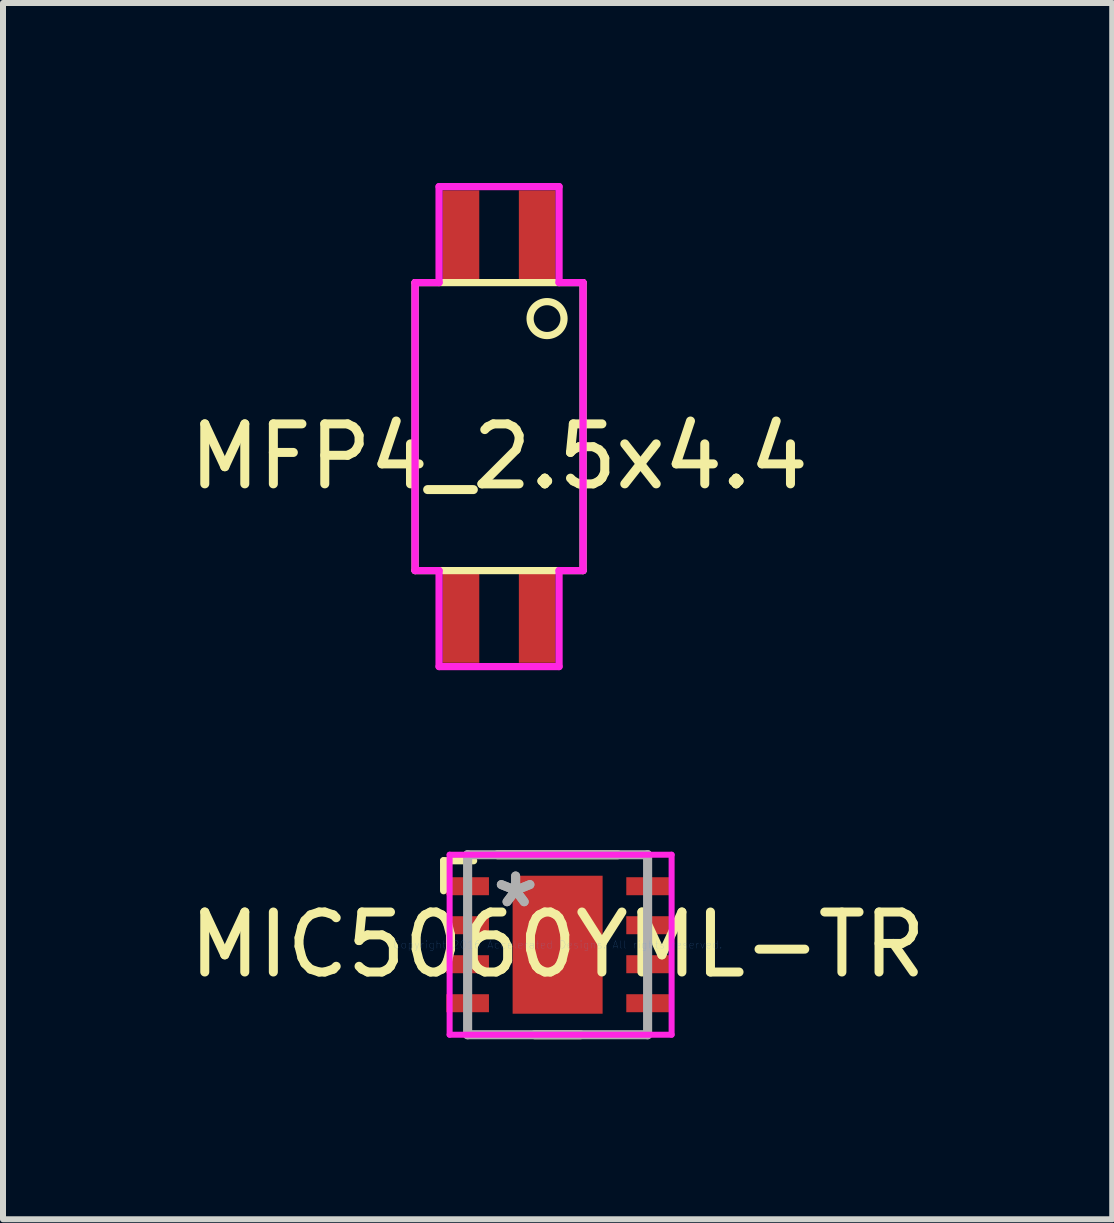
<source format=kicad_pcb>
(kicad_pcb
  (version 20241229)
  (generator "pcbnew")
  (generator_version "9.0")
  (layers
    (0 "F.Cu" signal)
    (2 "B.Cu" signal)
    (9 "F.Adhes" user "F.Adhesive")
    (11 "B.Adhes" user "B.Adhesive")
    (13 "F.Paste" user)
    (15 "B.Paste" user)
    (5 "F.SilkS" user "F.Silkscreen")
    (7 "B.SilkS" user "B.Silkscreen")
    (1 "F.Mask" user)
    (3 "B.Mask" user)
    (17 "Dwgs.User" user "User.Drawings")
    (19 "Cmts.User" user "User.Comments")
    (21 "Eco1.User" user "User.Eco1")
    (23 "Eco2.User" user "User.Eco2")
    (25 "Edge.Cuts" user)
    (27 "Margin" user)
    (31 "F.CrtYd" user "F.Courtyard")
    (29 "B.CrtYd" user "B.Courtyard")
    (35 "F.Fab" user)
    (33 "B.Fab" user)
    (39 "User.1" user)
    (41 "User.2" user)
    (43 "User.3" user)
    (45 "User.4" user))
  (footprint "MIC5060YML-TR"
    (layer "F.Cu")
    (at 6.244 12.696)
    (property "Reference" "MIC5060YML-TR" (at 0 0 0) (layer "F.SilkS") (effects (font (size 1 1) (thickness 0.15))))
    (attr through_hole)
    (fp_line (start -1.9 -1.4) (end -1.4 -1.4) (stroke (width 0.12) (type solid)) (layer "F.SilkS"))
    (fp_line (start -1.9 -0.9) (end -1.9 -1.4) (stroke (width 0.12) (type solid)) (layer "F.SilkS"))
    (fp_line (start -0.381 1.5) (end 0.381 1.5) (stroke (width 0.152) (type solid)) (layer "F.SilkS"))
    (fp_line (start 1 -1.5) (end -1 -1.5) (stroke (width 0.152) (type solid)) (layer "F.SilkS"))
    (fp_line (start -1.8 1.5) (end -1.8 -1.5) (stroke (width 0.1) (type solid)) (layer "F.CrtYd"))
    (fp_line (start 1.9 -1.5) (end -1.8 -1.5) (stroke (width 0.1) (type solid)) (layer "F.CrtYd"))
    (fp_line (start 1.9 -1.5) (end 1.9 1.5) (stroke (width 0.1) (type solid)) (layer "F.CrtYd"))
    (fp_line (start 1.9 1.5) (end -1.8 1.5) (stroke (width 0.1) (type solid)) (layer "F.CrtYd"))
    (fp_line (start -1.5 -1.5) (end -1.5 1.5) (stroke (width 0.152) (type solid)) (layer "F.Fab"))
    (fp_line (start -1.5 1.5) (end 1.5 1.5) (stroke (width 0.152) (type solid)) (layer "F.Fab"))
    (fp_line (start 1.5 -1.5) (end -1.5 -1.5) (stroke (width 0.152) (type solid)) (layer "F.Fab"))
    (fp_line (start 1.5 1.5) (end 1.5 -1.5) (stroke (width 0.152) (type solid)) (layer "F.Fab"))
    (fp_text user "Copyright 2016 Accelerated Designs. All rights reserved." (at 0 0 0) (layer "Cmts.User") (effects (font (size 0.127 0.127) (thickness 0.002))))
    (fp_text user "*" (at -0.7 -0.6 0) (layer "F.Fab") (effects (font (size 1 1) (thickness 0.15))))
    (fp_text user "*" (at -0.7 -0.6 0) (layer "F.Fab") (effects (font (size 1 1) (thickness 0.15))))
    (pad "1" smd rect (at -1.5 -0.975 90) (size 0.3 0.711) (layers "F.Cu" "F.Mask" "F.Paste"))
    (pad "2" smd rect (at -1.5 -0.325 90) (size 0.3 0.711) (layers "F.Cu" "F.Mask" "F.Paste"))
    (pad "3" smd rect (at -1.5 0.325 90) (size 0.3 0.711) (layers "F.Cu" "F.Mask" "F.Paste"))
    (pad "4" smd rect (at -1.5 0.975 90) (size 0.3 0.711) (layers "F.Cu" "F.Mask" "F.Paste"))
    (pad "5" smd rect (at 1.5 0.975 90) (size 0.3 0.711) (layers "F.Cu" "F.Mask" "F.Paste"))
    (pad "6" smd rect (at 1.5 0.325 90) (size 0.3 0.711) (layers "F.Cu" "F.Mask" "F.Paste"))
    (pad "7" smd rect (at 1.5 -0.325 90) (size 0.3 0.711) (layers "F.Cu" "F.Mask" "F.Paste"))
    (pad "8" smd rect (at 1.5 -0.975 90) (size 0.3 0.711) (layers "F.Cu" "F.Mask" "F.Paste"))
    (pad "9" smd rect (at 0 0) (size 1.5 2.3) (layers "F.Cu" "F.Mask" "F.Paste")))
  (footprint "MFP4_2.5x4.4"
    (layer "F.Cu")
    (at 5.268 4.06)
    (property "Reference" "MFP4_2.5x4.4" (at 0 0.5 0) (layer "F.SilkS") (effects (font (size 1 1) (thickness 0.15))))
    (attr through_hole)
    (fp_line (start -1.4 -2.4) (end 1.4 -2.4) (stroke (width 0.12) (type solid)) (layer "F.SilkS"))
    (fp_line (start -1.4 2.4) (end -1.4 -2.4) (stroke (width 0.12) (type solid)) (layer "F.SilkS"))
    (fp_line (start 1.4 -2.4) (end 1.4 2.4) (stroke (width 0.12) (type solid)) (layer "F.SilkS"))
    (fp_line (start 1.4 2.4) (end -1.4 2.4) (stroke (width 0.12) (type solid)) (layer "F.SilkS"))
    (fp_circle (center 0.8 -1.8) (end 1 -1.6) (stroke (width 0.12) (type solid)) (fill no) (layer "F.SilkS"))
    (fp_line (start -1.4 -2.4) (end -1 -2.4) (stroke (width 0.12) (type solid)) (layer "F.CrtYd"))
    (fp_line (start -1.4 2.4) (end -1.4 -2.4) (stroke (width 0.12) (type solid)) (layer "F.CrtYd"))
    (fp_line (start -1 -4) (end 1 -4) (stroke (width 0.12) (type solid)) (layer "F.CrtYd"))
    (fp_line (start -1 -2.4) (end -1 -4) (stroke (width 0.12) (type solid)) (layer "F.CrtYd"))
    (fp_line (start -1 2.4) (end -1.4 2.4) (stroke (width 0.12) (type solid)) (layer "F.CrtYd"))
    (fp_line (start -1 4) (end -1 2.4) (stroke (width 0.12) (type solid)) (layer "F.CrtYd"))
    (fp_line (start 1 -4) (end 1 -2.4) (stroke (width 0.12) (type solid)) (layer "F.CrtYd"))
    (fp_line (start 1 -2.4) (end 1.4 -2.4) (stroke (width 0.12) (type solid)) (layer "F.CrtYd"))
    (fp_line (start 1 2.4) (end 1 4) (stroke (width 0.12) (type solid)) (layer "F.CrtYd"))
    (fp_line (start 1 4) (end -1 4) (stroke (width 0.12) (type solid)) (layer "F.CrtYd"))
    (fp_line (start 1.4 -2.4) (end 1.4 2.4) (stroke (width 0.12) (type solid)) (layer "F.CrtYd"))
    (fp_line (start 1.4 2.4) (end 1 2.4) (stroke (width 0.12) (type solid)) (layer "F.CrtYd"))
    (pad "1" smd rect (at 0.635 -3.175) (size 0.61 1.524) (layers "F.Cu" "F.Mask" "F.Paste"))
    (pad "2" smd rect (at -0.635 -3.175) (size 0.61 1.524) (layers "F.Cu" "F.Mask" "F.Paste"))
    (pad "3" smd rect (at -0.635 3.175) (size 0.61 1.524) (layers "F.Cu" "F.Mask" "F.Paste"))
    (pad "4" smd rect (at 0.635 3.175) (size 0.61 1.524) (layers "F.Cu" "F.Mask" "F.Paste")))
  (gr_rect
    (start -3 -3)
    (end 15.488 17.272)
    (stroke (width 0.1) (type default))
    (fill no)
    (layer "Edge.Cuts")))
</source>
